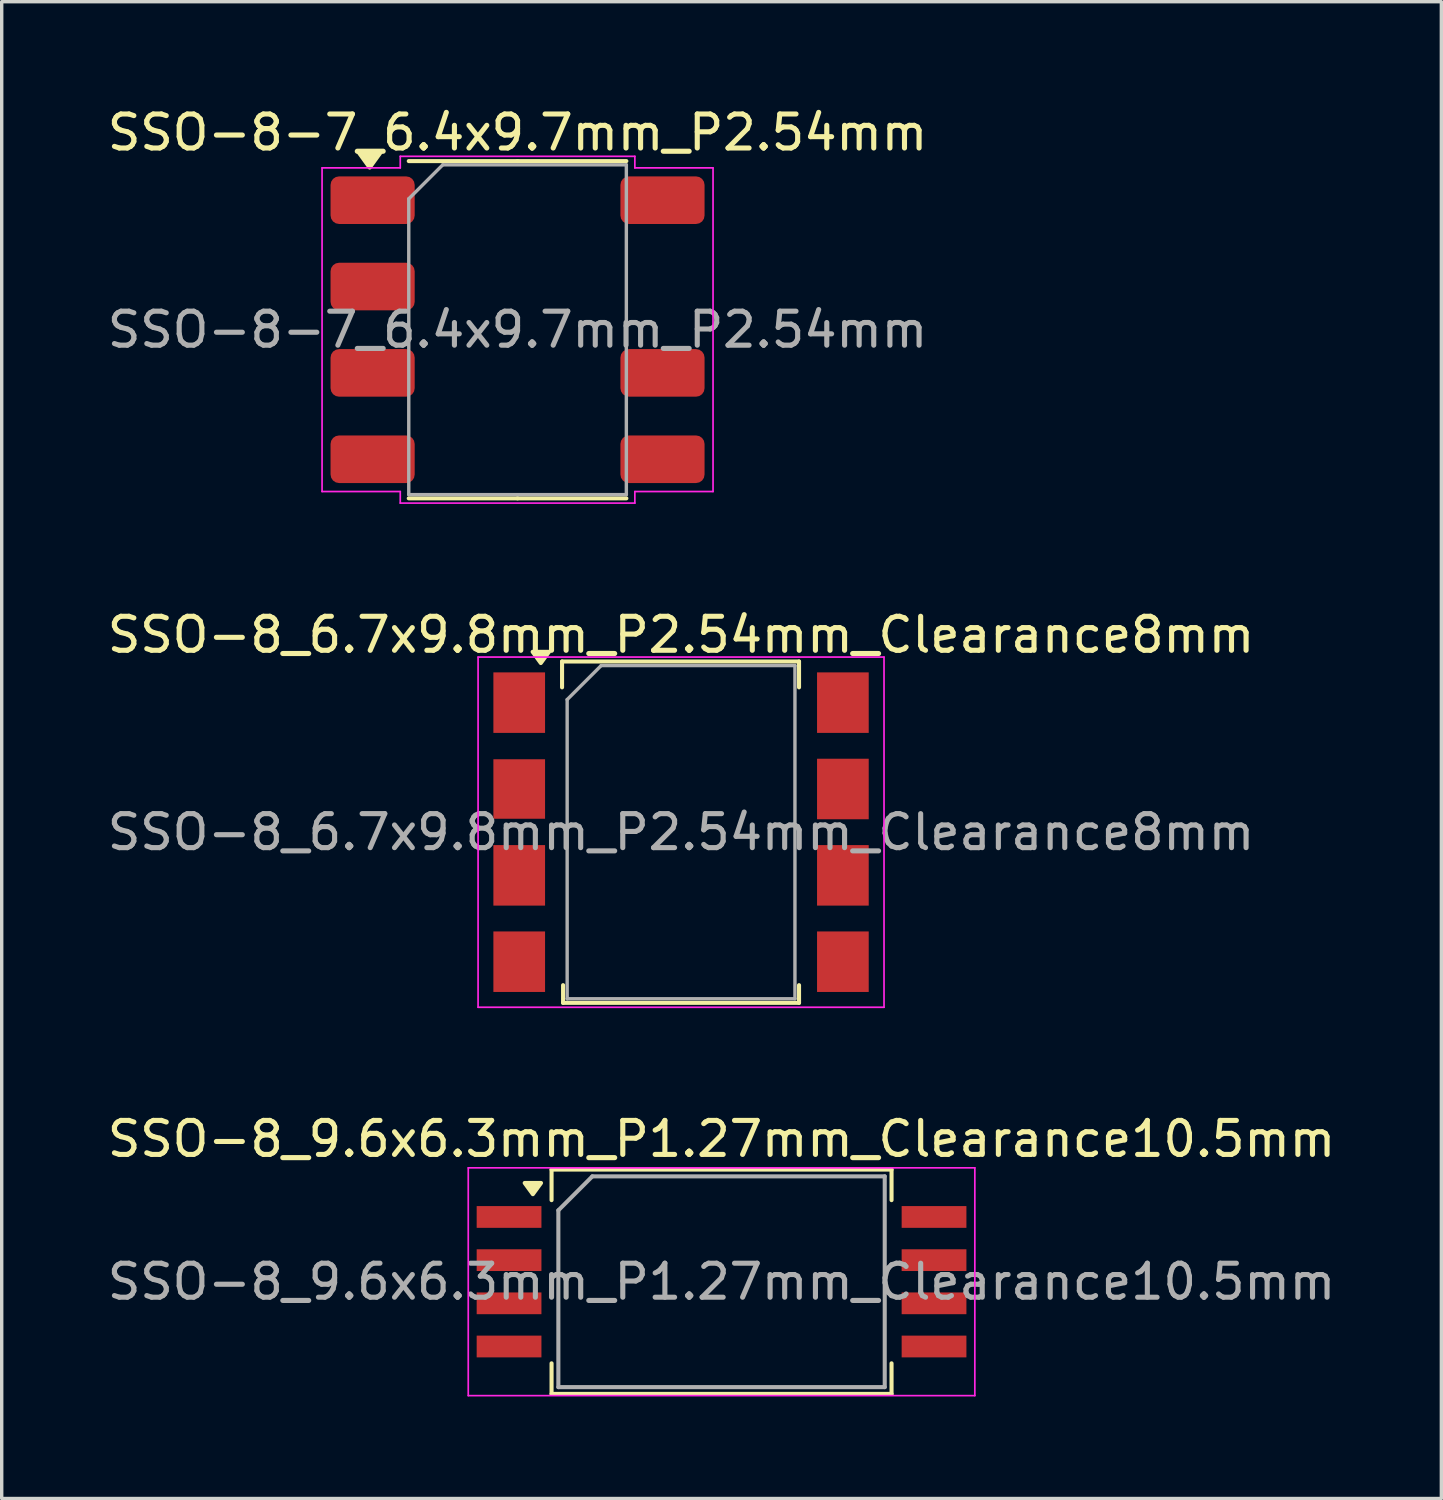
<source format=kicad_pcb>
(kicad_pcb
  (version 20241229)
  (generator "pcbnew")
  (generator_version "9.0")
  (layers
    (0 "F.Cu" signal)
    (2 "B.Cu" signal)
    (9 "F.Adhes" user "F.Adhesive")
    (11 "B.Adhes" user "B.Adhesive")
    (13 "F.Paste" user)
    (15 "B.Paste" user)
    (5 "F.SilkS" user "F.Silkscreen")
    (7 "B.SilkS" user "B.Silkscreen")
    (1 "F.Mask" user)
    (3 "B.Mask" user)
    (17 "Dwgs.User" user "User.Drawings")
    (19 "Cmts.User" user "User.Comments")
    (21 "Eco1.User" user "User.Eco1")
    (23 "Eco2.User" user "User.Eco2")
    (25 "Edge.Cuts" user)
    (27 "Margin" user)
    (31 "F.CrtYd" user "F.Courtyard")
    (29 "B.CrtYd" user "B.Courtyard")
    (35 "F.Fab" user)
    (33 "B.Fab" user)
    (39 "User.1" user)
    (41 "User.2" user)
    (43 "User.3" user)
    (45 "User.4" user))
  (footprint "SSO-8_9.6x6.3mm_P1.27mm_Clearance10.5mm"
    (layer "F.Cu")
    (at 18.173 34.65)
    (property "Reference" "SSO-8_9.6x6.3mm_P1.27mm_Clearance10.5mm" (at 0 -4.2 0) (layer "F.SilkS") (effects (font (size 1 1) (thickness 0.15))))
    (attr smd)
    (fp_line (start -5 -3.3) (end 5 -3.3) (stroke (width 0.12) (type solid)) (layer "F.SilkS"))
    (fp_line (start -5 -2.4) (end -5 -3.3) (stroke (width 0.12) (type solid)) (layer "F.SilkS"))
    (fp_line (start -5 3.3) (end -5 2.4) (stroke (width 0.12) (type solid)) (layer "F.SilkS"))
    (fp_line (start 5 -3.3) (end 5 -2.4) (stroke (width 0.12) (type solid)) (layer "F.SilkS"))
    (fp_line (start 5 2.4) (end 5 3.3) (stroke (width 0.12) (type solid)) (layer "F.SilkS"))
    (fp_line (start 5 3.3) (end -5 3.3) (stroke (width 0.12) (type solid)) (layer "F.SilkS"))
    (fp_poly (pts (xy -5.55 -2.575) (xy -5.79 -2.905) (xy -5.31 -2.905) (xy -5.55 -2.575)) (stroke (width 0.12) (type solid)) (fill yes) (layer "F.SilkS"))
    (fp_line (start -7.45 -3.35) (end -7.45 3.35) (stroke (width 0.05) (type solid)) (layer "F.CrtYd"))
    (fp_line (start -7.45 -3.35) (end 7.45 -3.35) (stroke (width 0.05) (type solid)) (layer "F.CrtYd"))
    (fp_line (start 7.45 3.35) (end -7.45 3.35) (stroke (width 0.05) (type solid)) (layer "F.CrtYd"))
    (fp_line (start 7.45 3.35) (end 7.45 -3.35) (stroke (width 0.05) (type solid)) (layer "F.CrtYd"))
    (fp_line (start -4.8 -2.1) (end -4.8 3.1) (stroke (width 0.12) (type solid)) (layer "F.Fab"))
    (fp_line (start -4.8 3.1) (end 4.8 3.1) (stroke (width 0.12) (type solid)) (layer "F.Fab"))
    (fp_line (start -3.8 -3.1) (end -4.8 -2.1) (stroke (width 0.12) (type solid)) (layer "F.Fab"))
    (fp_line (start 4.8 -3.1) (end -3.8 -3.1) (stroke (width 0.12) (type solid)) (layer "F.Fab"))
    (fp_line (start 4.8 3.1) (end 4.8 -3.1) (stroke (width 0.12) (type solid)) (layer "F.Fab"))
    (fp_text user "${REFERENCE}" (at 0 0 0) (layer "F.Fab") (effects (font (size 1 1) (thickness 0.15))))
    (pad "1" smd rect (at -6.25 -1.905) (size 1.905 0.64) (layers "F.Cu" "F.Mask" "F.Paste"))
    (pad "2" smd rect (at -6.25 -0.635) (size 1.905 0.64) (layers "F.Cu" "F.Mask" "F.Paste"))
    (pad "3" smd rect (at -6.25 0.635) (size 1.905 0.64) (layers "F.Cu" "F.Mask" "F.Paste"))
    (pad "4" smd rect (at -6.25 1.905) (size 1.905 0.64) (layers "F.Cu" "F.Mask" "F.Paste"))
    (pad "5" smd rect (at 6.25 1.905) (size 1.905 0.64) (layers "F.Cu" "F.Mask" "F.Paste"))
    (pad "6" smd rect (at 6.25 0.635) (size 1.905 0.64) (layers "F.Cu" "F.Mask" "F.Paste"))
    (pad "7" smd rect (at 6.25 -0.635) (size 1.905 0.64) (layers "F.Cu" "F.Mask" "F.Paste"))
    (pad "8" smd rect (at 6.25 -1.905) (size 1.905 0.64) (layers "F.Cu" "F.Mask" "F.Paste")))
  (footprint "SSO-8-7_6.4x9.7mm_P2.54mm"
    (layer "F.Cu")
    (at 12.173 6.648)
    (property "Reference" "SSO-8-7_6.4x9.7mm_P2.54mm" (at 0 -5.8 0) (layer "F.SilkS") (effects (font (size 1 1) (thickness 0.15))))
    (attr smd)
    (fp_line (start 0 -4.96) (end -3.2 -4.96) (stroke (width 0.12) (type solid)) (layer "F.SilkS"))
    (fp_line (start 0 -4.96) (end 3.2 -4.96) (stroke (width 0.12) (type solid)) (layer "F.SilkS"))
    (fp_line (start 0 4.96) (end -3.2 4.96) (stroke (width 0.12) (type solid)) (layer "F.SilkS"))
    (fp_line (start 0 4.96) (end 3.2 4.96) (stroke (width 0.12) (type solid)) (layer "F.SilkS"))
    (fp_poly (pts (xy -4.35 -4.77) (xy -4.69 -5.24) (xy -4.01 -5.24)) (stroke (width 0.12) (type solid)) (fill yes) (layer "F.SilkS"))
    (fp_line (start -5.75 -4.76) (end -3.45 -4.76) (stroke (width 0.05) (type solid)) (layer "F.CrtYd"))
    (fp_line (start -5.75 4.76) (end -5.75 -4.76) (stroke (width 0.05) (type solid)) (layer "F.CrtYd"))
    (fp_line (start -3.45 -5.1) (end 3.45 -5.1) (stroke (width 0.05) (type solid)) (layer "F.CrtYd"))
    (fp_line (start -3.45 -4.76) (end -3.45 -5.1) (stroke (width 0.05) (type solid)) (layer "F.CrtYd"))
    (fp_line (start -3.45 4.76) (end -5.75 4.76) (stroke (width 0.05) (type solid)) (layer "F.CrtYd"))
    (fp_line (start -3.45 5.1) (end -3.45 4.76) (stroke (width 0.05) (type solid)) (layer "F.CrtYd"))
    (fp_line (start 3.45 -5.1) (end 3.45 -4.76) (stroke (width 0.05) (type solid)) (layer "F.CrtYd"))
    (fp_line (start 3.45 -4.76) (end 5.75 -4.76) (stroke (width 0.05) (type solid)) (layer "F.CrtYd"))
    (fp_line (start 3.45 4.76) (end 3.45 5.1) (stroke (width 0.05) (type solid)) (layer "F.CrtYd"))
    (fp_line (start 3.45 5.1) (end -3.45 5.1) (stroke (width 0.05) (type solid)) (layer "F.CrtYd"))
    (fp_line (start 5.75 -4.76) (end 5.75 4.76) (stroke (width 0.05) (type solid)) (layer "F.CrtYd"))
    (fp_line (start 5.75 4.76) (end 3.45 4.76) (stroke (width 0.05) (type solid)) (layer "F.CrtYd"))
    (fp_line (start -3.2 -3.85) (end -2.2 -4.85) (stroke (width 0.1) (type solid)) (layer "F.Fab"))
    (fp_line (start -3.2 4.85) (end -3.2 -3.85) (stroke (width 0.1) (type solid)) (layer "F.Fab"))
    (fp_line (start -2.2 -4.85) (end 3.2 -4.85) (stroke (width 0.1) (type solid)) (layer "F.Fab"))
    (fp_line (start 3.2 -4.85) (end 3.2 4.85) (stroke (width 0.1) (type solid)) (layer "F.Fab"))
    (fp_line (start 3.2 4.85) (end -3.2 4.85) (stroke (width 0.1) (type solid)) (layer "F.Fab"))
    (fp_text user "${REFERENCE}" (at 0 0 0) (layer "F.Fab") (effects (font (size 1 1) (thickness 0.15))))
    (pad "1" smd roundrect (at -4.263 -3.81) (size 2.475 1.4) (layers "F.Cu" "F.Mask" "F.Paste") (roundrect_rratio 0.179))
    (pad "2" smd roundrect (at -4.263 -1.27) (size 2.475 1.4) (layers "F.Cu" "F.Mask" "F.Paste") (roundrect_rratio 0.179))
    (pad "3" smd roundrect (at -4.263 1.27) (size 2.475 1.4) (layers "F.Cu" "F.Mask" "F.Paste") (roundrect_rratio 0.179))
    (pad "4" smd roundrect (at -4.263 3.81) (size 2.475 1.4) (layers "F.Cu" "F.Mask" "F.Paste") (roundrect_rratio 0.179))
    (pad "5" smd roundrect (at 4.263 3.81) (size 2.475 1.4) (layers "F.Cu" "F.Mask" "F.Paste") (roundrect_rratio 0.179))
    (pad "6" smd roundrect (at 4.263 1.27) (size 2.475 1.4) (layers "F.Cu" "F.Mask" "F.Paste") (roundrect_rratio 0.179))
    (pad "7" smd roundrect (at 4.263 -3.81) (size 2.475 1.4) (layers "F.Cu" "F.Mask" "F.Paste") (roundrect_rratio 0.179)))
  (footprint "SSO-8_6.7x9.8mm_P2.54mm_Clearance8mm"
    (layer "F.Cu")
    (at 16.982 21.427)
    (property "Reference" "SSO-8_6.7x9.8mm_P2.54mm_Clearance8mm" (at 0 -5.805 0) (layer "F.SilkS") (effects (font (size 1 1) (thickness 0.15))))
    (attr smd)
    (fp_line (start -3.5 -4.26) (end -3.5 -5.02) (stroke (width 0.12) (type solid)) (layer "F.SilkS"))
    (fp_line (start -3.47 4.5) (end -3.47 5.02) (stroke (width 0.12) (type solid)) (layer "F.SilkS"))
    (fp_line (start -3.47 5.02) (end 3.47 5.02) (stroke (width 0.12) (type solid)) (layer "F.SilkS"))
    (fp_line (start 3.47 -5.02) (end -3.5 -5.02) (stroke (width 0.12) (type solid)) (layer "F.SilkS"))
    (fp_line (start 3.47 -4.26) (end 3.47 -5.02) (stroke (width 0.12) (type solid)) (layer "F.SilkS"))
    (fp_line (start 3.47 5.02) (end 3.47 4.5) (stroke (width 0.12) (type solid)) (layer "F.SilkS"))
    (fp_poly (pts (xy -4.125 -4.975) (xy -4.365 -5.305) (xy -3.885 -5.305) (xy -4.125 -4.975)) (stroke (width 0.12) (type solid)) (fill yes) (layer "F.SilkS"))
    (fp_line (start -5.97 -5.15) (end -5.97 5.15) (stroke (width 0.05) (type solid)) (layer "F.CrtYd"))
    (fp_line (start -5.97 -5.15) (end 5.97 -5.15) (stroke (width 0.05) (type solid)) (layer "F.CrtYd"))
    (fp_line (start 5.97 5.15) (end -5.97 5.15) (stroke (width 0.05) (type solid)) (layer "F.CrtYd"))
    (fp_line (start 5.97 5.15) (end 5.97 -5.15) (stroke (width 0.05) (type solid)) (layer "F.CrtYd"))
    (fp_line (start -3.35 -3.9) (end -3.35 4.9) (stroke (width 0.1) (type solid)) (layer "F.Fab"))
    (fp_line (start -3.35 4.9) (end 3.35 4.9) (stroke (width 0.1) (type solid)) (layer "F.Fab"))
    (fp_line (start -2.35 -4.9) (end -3.35 -3.9) (stroke (width 0.1) (type solid)) (layer "F.Fab"))
    (fp_line (start 3.35 -4.9) (end -2.35 -4.9) (stroke (width 0.1) (type solid)) (layer "F.Fab"))
    (fp_line (start 3.35 4.9) (end 3.35 -4.9) (stroke (width 0.1) (type solid)) (layer "F.Fab"))
    (fp_text user "${REFERENCE}" (at 0 0 0) (layer "F.Fab") (effects (font (size 1 1) (thickness 0.15))))
    (pad "1" smd rect (at -4.76 -3.81) (size 1.52 1.78) (layers "F.Cu" "F.Mask" "F.Paste"))
    (pad "2" smd rect (at -4.76 -1.27) (size 1.52 1.75) (layers "F.Cu" "F.Mask" "F.Paste"))
    (pad "3" smd rect (at -4.76 1.27) (size 1.52 1.78) (layers "F.Cu" "F.Mask" "F.Paste"))
    (pad "4" smd rect (at -4.76 3.81) (size 1.52 1.78) (layers "F.Cu" "F.Mask" "F.Paste"))
    (pad "5" smd rect (at 4.76 3.81) (size 1.52 1.78) (layers "F.Cu" "F.Mask" "F.Paste"))
    (pad "6" smd rect (at 4.76 1.27) (size 1.52 1.78) (layers "F.Cu" "F.Mask" "F.Paste"))
    (pad "7" smd rect (at 4.76 -1.27) (size 1.52 1.78) (layers "F.Cu" "F.Mask" "F.Paste"))
    (pad "8" smd rect (at 4.76 -3.81) (size 1.52 1.78) (layers "F.Cu" "F.Mask" "F.Paste")))
  (gr_rect
    (start -3 -3)
    (end 39.345 41.025)
    (stroke (width 0.1) (type default))
    (fill no)
    (layer "Edge.Cuts")))
</source>
